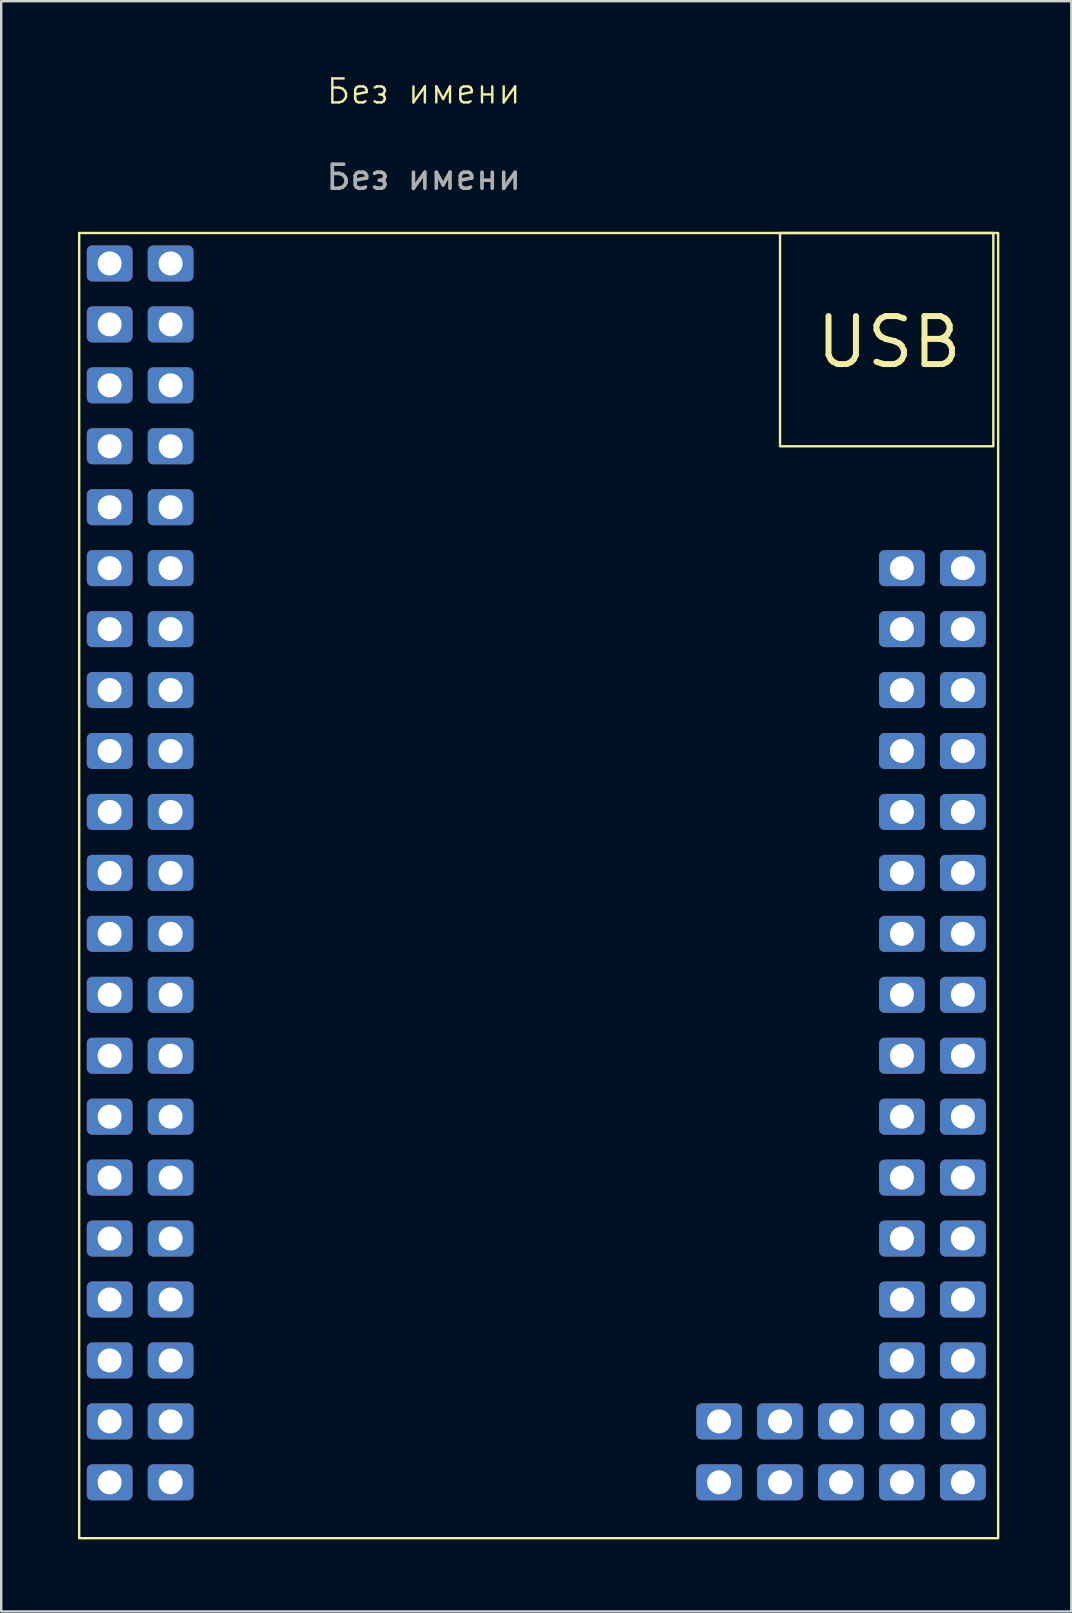
<source format=kicad_pcb>
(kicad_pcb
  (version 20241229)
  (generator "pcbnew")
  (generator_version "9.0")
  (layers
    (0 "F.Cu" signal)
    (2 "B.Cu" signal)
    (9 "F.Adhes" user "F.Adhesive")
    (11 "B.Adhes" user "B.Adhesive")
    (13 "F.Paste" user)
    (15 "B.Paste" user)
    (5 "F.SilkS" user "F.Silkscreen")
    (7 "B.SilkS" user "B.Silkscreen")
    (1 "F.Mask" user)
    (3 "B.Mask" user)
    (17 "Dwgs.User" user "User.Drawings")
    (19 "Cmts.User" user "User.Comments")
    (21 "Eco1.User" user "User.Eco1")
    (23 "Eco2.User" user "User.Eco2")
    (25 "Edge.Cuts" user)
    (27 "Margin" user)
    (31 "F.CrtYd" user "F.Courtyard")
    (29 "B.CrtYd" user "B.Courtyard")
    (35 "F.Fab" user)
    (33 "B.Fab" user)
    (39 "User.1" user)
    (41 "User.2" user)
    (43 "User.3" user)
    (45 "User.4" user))
  (footprint "Без имени"
    (layer "F.Cu")
    (at 0.25 6.66)
    (property "Reference" "Без имени" (at 14.36 -5.9 0) (unlocked yes) (layer "F.SilkS") (effects (font (size 1 1) (thickness 0.1))))
    (attr smd)
    (fp_rect (start 0 0) (end 38.3 54.4) (stroke (width 0.1) (type solid)) (fill no) (layer "F.SilkS"))
    (fp_rect (start 29.21 0) (end 38.1 8.89) (stroke (width 0.1) (type default)) (fill no) (layer "F.SilkS"))
    (fp_text user "USB" (at 30.59 5.72 0) (unlocked yes) (layer "F.SilkS") (effects (font (size 2 2) (thickness 0.25)) (justify left bottom)))
    (fp_text user "${REFERENCE}" (at 14.36 -2.32 0) (unlocked yes) (layer "F.Fab") (effects (font (size 1 1) (thickness 0.15))))
    (pad "1" thru_hole roundrect (at 1.27 1.27) (size 1.905 1.5) (drill 1) (layers "*.Cu" "*.Mask") (roundrect_rratio 0.15))
    (pad "2" thru_hole roundrect (at 3.81 1.27) (size 1.905 1.5) (drill 1) (layers "*.Cu" "*.Mask") (roundrect_rratio 0.15))
    (pad "3" thru_hole roundrect (at 1.27 3.81) (size 1.905 1.5) (drill 1) (layers "*.Cu" "*.Mask") (roundrect_rratio 0.15))
    (pad "4" thru_hole roundrect (at 3.81 3.81) (size 1.905 1.5) (drill 1) (layers "*.Cu" "*.Mask") (roundrect_rratio 0.15))
    (pad "5" thru_hole roundrect (at 1.27 6.35) (size 1.905 1.5) (drill 1) (layers "*.Cu" "*.Mask") (roundrect_rratio 0.15))
    (pad "6" thru_hole roundrect (at 3.81 6.35) (size 1.905 1.5) (drill 1) (layers "*.Cu" "*.Mask") (roundrect_rratio 0.15))
    (pad "7" thru_hole roundrect (at 1.27 8.89) (size 1.905 1.5) (drill 1) (layers "*.Cu" "*.Mask") (roundrect_rratio 0.15))
    (pad "8" thru_hole roundrect (at 3.81 8.89) (size 1.905 1.5) (drill 1) (layers "*.Cu" "*.Mask") (roundrect_rratio 0.15))
    (pad "9" thru_hole roundrect (at 1.27 11.43) (size 1.905 1.5) (drill 1) (layers "*.Cu" "*.Mask") (roundrect_rratio 0.15))
    (pad "10" thru_hole roundrect (at 3.81 11.43) (size 1.905 1.5) (drill 1) (layers "*.Cu" "*.Mask") (roundrect_rratio 0.15))
    (pad "11" thru_hole roundrect (at 1.27 13.97) (size 1.905 1.5) (drill 1) (layers "*.Cu" "*.Mask") (roundrect_rratio 0.15))
    (pad "12" thru_hole roundrect (at 3.81 13.97) (size 1.905 1.5) (drill 1) (layers "*.Cu" "*.Mask") (roundrect_rratio 0.15))
    (pad "13" thru_hole roundrect (at 3.81 16.51) (size 1.905 1.5) (drill 1) (layers "*.Cu" "*.Mask") (roundrect_rratio 0.15))
    (pad "14" thru_hole roundrect (at 1.27 16.51) (size 1.905 1.5) (drill 1) (layers "*.Cu" "*.Mask") (roundrect_rratio 0.15))
    (pad "15" thru_hole roundrect (at 3.81 19.05) (size 1.905 1.5) (drill 1) (layers "*.Cu" "*.Mask") (roundrect_rratio 0.15))
    (pad "16" thru_hole roundrect (at 1.27 19.05) (size 1.905 1.5) (drill 1) (layers "*.Cu" "*.Mask") (roundrect_rratio 0.15))
    (pad "17" thru_hole roundrect (at 3.81 21.59) (size 1.905 1.5) (drill 1) (layers "*.Cu" "*.Mask") (roundrect_rratio 0.15))
    (pad "18" thru_hole roundrect (at 1.27 21.59) (size 1.905 1.5) (drill 1) (layers "*.Cu" "*.Mask") (roundrect_rratio 0.15))
    (pad "19" thru_hole roundrect (at 3.81 24.13) (size 1.905 1.5) (drill 1) (layers "*.Cu" "*.Mask") (roundrect_rratio 0.15))
    (pad "20" thru_hole roundrect (at 1.27 24.13) (size 1.905 1.5) (drill 1) (layers "*.Cu" "*.Mask") (roundrect_rratio 0.15))
    (pad "21" thru_hole roundrect (at 3.81 26.67) (size 1.905 1.5) (drill 1) (layers "*.Cu" "*.Mask") (roundrect_rratio 0.15))
    (pad "22" thru_hole roundrect (at 1.27 26.67) (size 1.905 1.5) (drill 1) (layers "*.Cu" "*.Mask") (roundrect_rratio 0.15))
    (pad "23" thru_hole roundrect (at 3.81 29.21) (size 1.905 1.5) (drill 1) (layers "*.Cu" "*.Mask") (roundrect_rratio 0.15))
    (pad "24" thru_hole roundrect (at 1.27 29.21) (size 1.905 1.5) (drill 1) (layers "*.Cu" "*.Mask") (roundrect_rratio 0.15))
    (pad "25" thru_hole roundrect (at 3.81 31.75) (size 1.905 1.5) (drill 1) (layers "*.Cu" "*.Mask") (roundrect_rratio 0.15))
    (pad "26" thru_hole roundrect (at 1.27 31.75) (size 1.905 1.5) (drill 1) (layers "*.Cu" "*.Mask") (roundrect_rratio 0.15))
    (pad "27" thru_hole roundrect (at 3.81 34.29) (size 1.905 1.5) (drill 1) (layers "*.Cu" "*.Mask") (roundrect_rratio 0.15))
    (pad "28" thru_hole roundrect (at 1.27 34.29) (size 1.905 1.5) (drill 1) (layers "*.Cu" "*.Mask") (roundrect_rratio 0.15))
    (pad "29" thru_hole roundrect (at 3.81 36.83) (size 1.905 1.5) (drill 1) (layers "*.Cu" "*.Mask") (roundrect_rratio 0.15))
    (pad "30" thru_hole roundrect (at 1.27 36.83) (size 1.905 1.5) (drill 1) (layers "*.Cu" "*.Mask") (roundrect_rratio 0.15))
    (pad "31" thru_hole roundrect (at 3.81 39.37) (size 1.905 1.5) (drill 1) (layers "*.Cu" "*.Mask") (roundrect_rratio 0.15))
    (pad "32" thru_hole roundrect (at 1.27 39.37) (size 1.905 1.5) (drill 1) (layers "*.Cu" "*.Mask") (roundrect_rratio 0.15))
    (pad "33" thru_hole roundrect (at 3.81 41.91) (size 1.905 1.5) (drill 1) (layers "*.Cu" "*.Mask") (roundrect_rratio 0.15))
    (pad "34" thru_hole roundrect (at 1.27 41.91) (size 1.905 1.5) (drill 1) (layers "*.Cu" "*.Mask") (roundrect_rratio 0.15))
    (pad "35" thru_hole roundrect (at 3.81 44.45) (size 1.905 1.5) (drill 1) (layers "*.Cu" "*.Mask") (roundrect_rratio 0.15))
    (pad "36" thru_hole roundrect (at 1.27 44.45) (size 1.905 1.5) (drill 1) (layers "*.Cu" "*.Mask") (roundrect_rratio 0.15))
    (pad "37" thru_hole roundrect (at 3.81 46.99) (size 1.905 1.5) (drill 1) (layers "*.Cu" "*.Mask") (roundrect_rratio 0.15))
    (pad "38" thru_hole roundrect (at 1.27 46.99) (size 1.905 1.5) (drill 1) (layers "*.Cu" "*.Mask") (roundrect_rratio 0.15))
    (pad "39" thru_hole roundrect (at 3.81 49.53) (size 1.905 1.5) (drill 1) (layers "*.Cu" "*.Mask") (roundrect_rratio 0.15))
    (pad "40" thru_hole roundrect (at 1.27 49.53) (size 1.905 1.5) (drill 1) (layers "*.Cu" "*.Mask") (roundrect_rratio 0.15))
    (pad "41" thru_hole roundrect (at 3.81 52.07) (size 1.905 1.5) (drill 1) (layers "*.Cu" "*.Mask") (roundrect_rratio 0.15))
    (pad "42" thru_hole roundrect (at 1.27 52.07) (size 1.905 1.5) (drill 1) (layers "*.Cu" "*.Mask") (roundrect_rratio 0.15))
    (pad "43" thru_hole roundrect (at 36.83 34.29) (size 1.905 1.5) (drill 1) (layers "*.Cu" "*.Mask") (roundrect_rratio 0.15))
    (pad "44" thru_hole roundrect (at 34.29 34.29) (size 1.905 1.5) (drill 1) (layers "*.Cu" "*.Mask") (roundrect_rratio 0.15))
    (pad "45" thru_hole roundrect (at 36.83 36.83) (size 1.905 1.5) (drill 1) (layers "*.Cu" "*.Mask") (roundrect_rratio 0.15))
    (pad "46" thru_hole roundrect (at 34.29 36.83) (size 1.905 1.5) (drill 1) (layers "*.Cu" "*.Mask") (roundrect_rratio 0.15))
    (pad "47" thru_hole roundrect (at 36.83 13.97) (size 1.905 1.5) (drill 1) (layers "*.Cu" "*.Mask") (roundrect_rratio 0.15))
    (pad "48" thru_hole roundrect (at 34.29 13.97) (size 1.905 1.5) (drill 1) (layers "*.Cu" "*.Mask") (roundrect_rratio 0.15))
    (pad "49" thru_hole roundrect (at 36.83 16.51) (size 1.905 1.5) (drill 1) (layers "*.Cu" "*.Mask") (roundrect_rratio 0.15))
    (pad "50" thru_hole roundrect (at 34.29 16.51) (size 1.905 1.5) (drill 1) (layers "*.Cu" "*.Mask") (roundrect_rratio 0.15))
    (pad "51" thru_hole roundrect (at 36.83 19.05) (size 1.905 1.5) (drill 1) (layers "*.Cu" "*.Mask") (roundrect_rratio 0.15))
    (pad "52" thru_hole roundrect (at 34.29 19.05) (size 1.905 1.5) (drill 1) (layers "*.Cu" "*.Mask") (roundrect_rratio 0.15))
    (pad "53" thru_hole roundrect (at 36.83 21.59) (size 1.905 1.5) (drill 1) (layers "*.Cu" "*.Mask") (roundrect_rratio 0.15))
    (pad "54" thru_hole roundrect (at 34.29 21.59) (size 1.905 1.5) (drill 1) (layers "*.Cu" "*.Mask") (roundrect_rratio 0.15))
    (pad "55" thru_hole roundrect (at 36.83 24.13) (size 1.905 1.5) (drill 1) (layers "*.Cu" "*.Mask") (roundrect_rratio 0.15))
    (pad "56" thru_hole roundrect (at 34.29 24.13) (size 1.905 1.5) (drill 1) (layers "*.Cu" "*.Mask") (roundrect_rratio 0.15))
    (pad "57" thru_hole roundrect (at 36.83 26.67) (size 1.905 1.5) (drill 1) (layers "*.Cu" "*.Mask") (roundrect_rratio 0.15))
    (pad "58" thru_hole roundrect (at 34.29 26.67) (size 1.905 1.5) (drill 1) (layers "*.Cu" "*.Mask") (roundrect_rratio 0.15))
    (pad "59" thru_hole roundrect (at 36.83 29.21) (size 1.905 1.5) (drill 1) (layers "*.Cu" "*.Mask") (roundrect_rratio 0.15))
    (pad "60" thru_hole roundrect (at 34.29 29.21) (size 1.905 1.5) (drill 1) (layers "*.Cu" "*.Mask") (roundrect_rratio 0.15))
    (pad "61" thru_hole roundrect (at 36.83 31.75) (size 1.905 1.5) (drill 1) (layers "*.Cu" "*.Mask") (roundrect_rratio 0.15))
    (pad "62" thru_hole roundrect (at 34.29 31.75) (size 1.905 1.5) (drill 1) (layers "*.Cu" "*.Mask") (roundrect_rratio 0.15))
    (pad "63" thru_hole roundrect (at 36.83 39.37) (size 1.905 1.5) (drill 1) (layers "*.Cu" "*.Mask") (roundrect_rratio 0.15))
    (pad "64" thru_hole roundrect (at 34.29 39.37) (size 1.905 1.5) (drill 1) (layers "*.Cu" "*.Mask") (roundrect_rratio 0.15))
    (pad "65" thru_hole roundrect (at 36.83 41.91) (size 1.905 1.5) (drill 1) (layers "*.Cu" "*.Mask") (roundrect_rratio 0.15))
    (pad "66" thru_hole roundrect (at 34.29 41.91) (size 1.905 1.5) (drill 1) (layers "*.Cu" "*.Mask") (roundrect_rratio 0.15))
    (pad "67" thru_hole roundrect (at 36.83 44.45) (size 1.905 1.5) (drill 1) (layers "*.Cu" "*.Mask") (roundrect_rratio 0.15))
    (pad "68" thru_hole roundrect (at 34.29 44.45) (size 1.905 1.5) (drill 1) (layers "*.Cu" "*.Mask") (roundrect_rratio 0.15))
    (pad "69" thru_hole roundrect (at 36.83 46.99) (size 1.905 1.5) (drill 1) (layers "*.Cu" "*.Mask") (roundrect_rratio 0.15))
    (pad "70" thru_hole roundrect (at 34.29 46.99) (size 1.905 1.5) (drill 1) (layers "*.Cu" "*.Mask") (roundrect_rratio 0.15))
    (pad "71" thru_hole roundrect (at 36.83 49.53) (size 1.905 1.5) (drill 1) (layers "*.Cu" "*.Mask") (roundrect_rratio 0.15))
    (pad "72" thru_hole roundrect (at 34.29 49.53) (size 1.905 1.5) (drill 1) (layers "*.Cu" "*.Mask") (roundrect_rratio 0.15))
    (pad "73" thru_hole roundrect (at 36.83 52.07) (size 1.905 1.5) (drill 1) (layers "*.Cu" "*.Mask") (roundrect_rratio 0.15))
    (pad "74" thru_hole roundrect (at 34.29 52.07) (size 1.905 1.5) (drill 1) (layers "*.Cu" "*.Mask") (roundrect_rratio 0.15))
    (pad "75" thru_hole roundrect (at 31.75 52.07 180) (size 1.905 1.5) (drill 1) (layers "*.Cu" "*.Mask") (roundrect_rratio 0.15))
    (pad "76" thru_hole roundrect (at 31.75 49.53 180) (size 1.905 1.5) (drill 1) (layers "*.Cu" "*.Mask") (roundrect_rratio 0.15))
    (pad "77" thru_hole roundrect (at 29.21 52.07 180) (size 1.905 1.5) (drill 1) (layers "*.Cu" "*.Mask") (roundrect_rratio 0.15))
    (pad "78" thru_hole roundrect (at 29.21 49.53 180) (size 1.905 1.5) (drill 1) (layers "*.Cu" "*.Mask") (roundrect_rratio 0.15))
    (pad "79" thru_hole roundrect (at 26.67 52.07 180) (size 1.905 1.5) (drill 1) (layers "*.Cu" "*.Mask") (roundrect_rratio 0.15))
    (pad "80" thru_hole roundrect (at 26.67 49.53 180) (size 1.905 1.5) (drill 1) (layers "*.Cu" "*.Mask") (roundrect_rratio 0.15)))
  (gr_rect
    (start -3 -3)
    (end 41.6 64.111)
    (stroke (width 0.1) (type default))
    (fill no)
    (layer "Edge.Cuts")))
</source>
